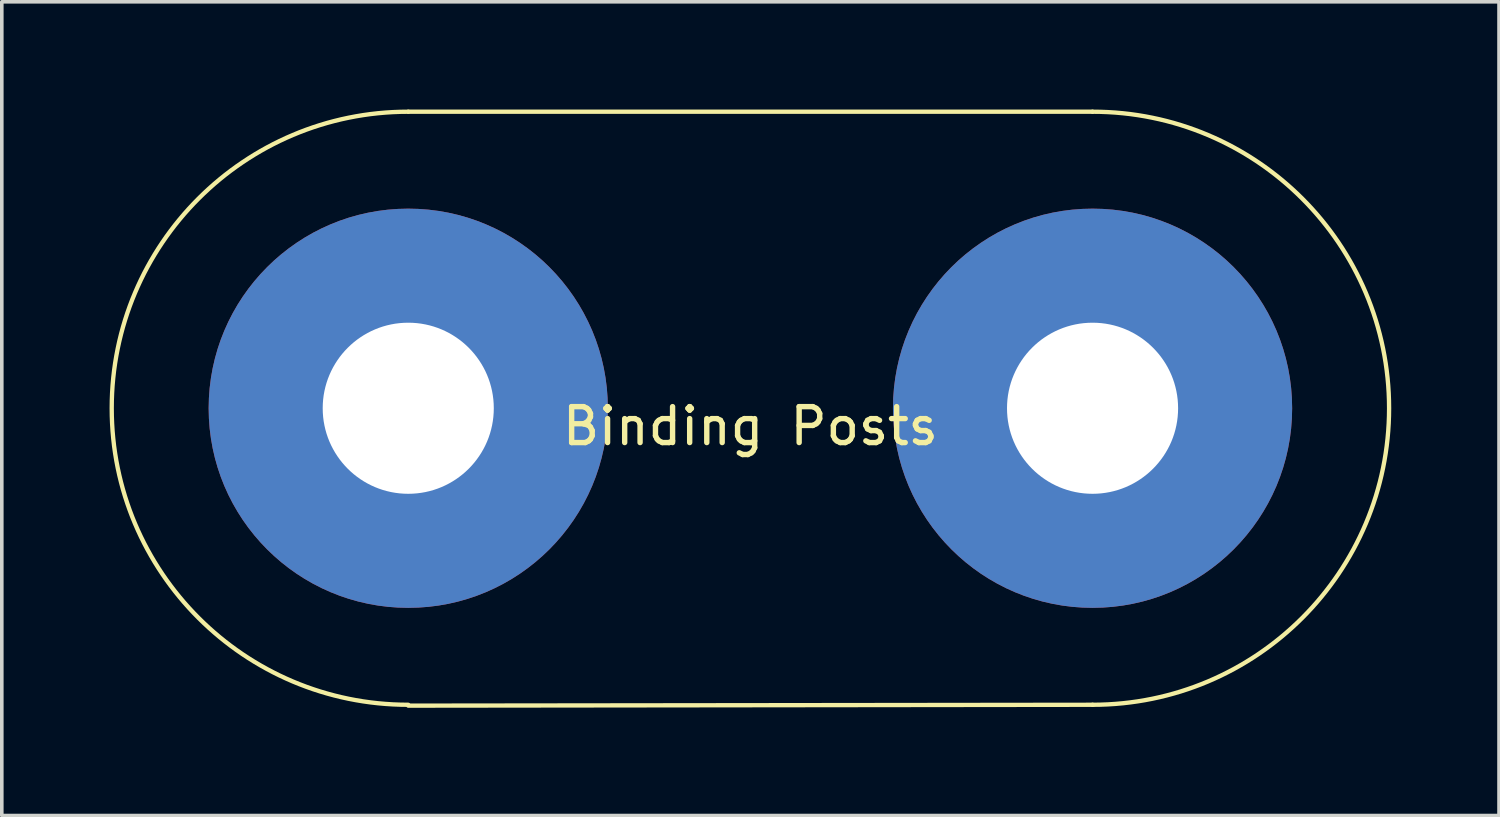
<source format=kicad_pcb>
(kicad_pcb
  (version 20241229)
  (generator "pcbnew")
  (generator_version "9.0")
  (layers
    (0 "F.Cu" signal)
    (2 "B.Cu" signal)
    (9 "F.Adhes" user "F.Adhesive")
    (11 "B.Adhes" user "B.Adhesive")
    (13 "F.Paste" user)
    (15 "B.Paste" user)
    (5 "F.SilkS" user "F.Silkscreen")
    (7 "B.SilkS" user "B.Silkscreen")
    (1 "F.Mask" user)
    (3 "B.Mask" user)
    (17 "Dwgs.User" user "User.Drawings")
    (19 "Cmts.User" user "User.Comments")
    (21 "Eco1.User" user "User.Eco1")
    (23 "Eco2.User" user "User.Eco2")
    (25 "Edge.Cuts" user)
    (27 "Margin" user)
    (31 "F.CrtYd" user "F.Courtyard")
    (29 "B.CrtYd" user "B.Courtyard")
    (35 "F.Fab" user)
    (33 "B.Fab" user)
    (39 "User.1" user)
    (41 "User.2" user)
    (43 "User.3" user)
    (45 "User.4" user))
  (footprint "Binding Posts"
    (layer "F.Cu")
    (at 17.84 8.315)
    (property "Reference" "Binding Posts" (at 0 0.5 0) (layer "F.SilkS") (effects (font (size 1 1) (thickness 0.15))))
    (attr through_hole)
    (fp_line (start -9.525 -8.255) (end 9.525 -8.255) (stroke (width 0.12) (type solid)) (layer "F.SilkS"))
    (fp_line (start 9.525 8.255) (end -9.525 8.279) (stroke (width 0.12) (type solid)) (layer "F.SilkS"))
    (fp_arc (start -9.525 8.255) (mid -17.78 0) (end -9.525 -8.255) (stroke (width 0.12) (type solid)) (layer "F.SilkS"))
    (fp_arc (start 9.525 -8.255) (mid 17.78 0) (end 9.525 8.255) (stroke (width 0.12) (type solid)) (layer "F.SilkS"))
    (pad "1" thru_hole circle (at -9.525 0) (size 11.113 11.113) (drill 4.763) (layers "*.Cu" "*.Mask"))
    (pad "2" thru_hole circle (at 9.525 0) (size 11.113 11.113) (drill 4.763) (layers "*.Cu" "*.Mask")))
  (gr_rect
    (start -3 -3)
    (end 38.68 19.654)
    (stroke (width 0.1) (type default))
    (fill no)
    (layer "Edge.Cuts")))
</source>
